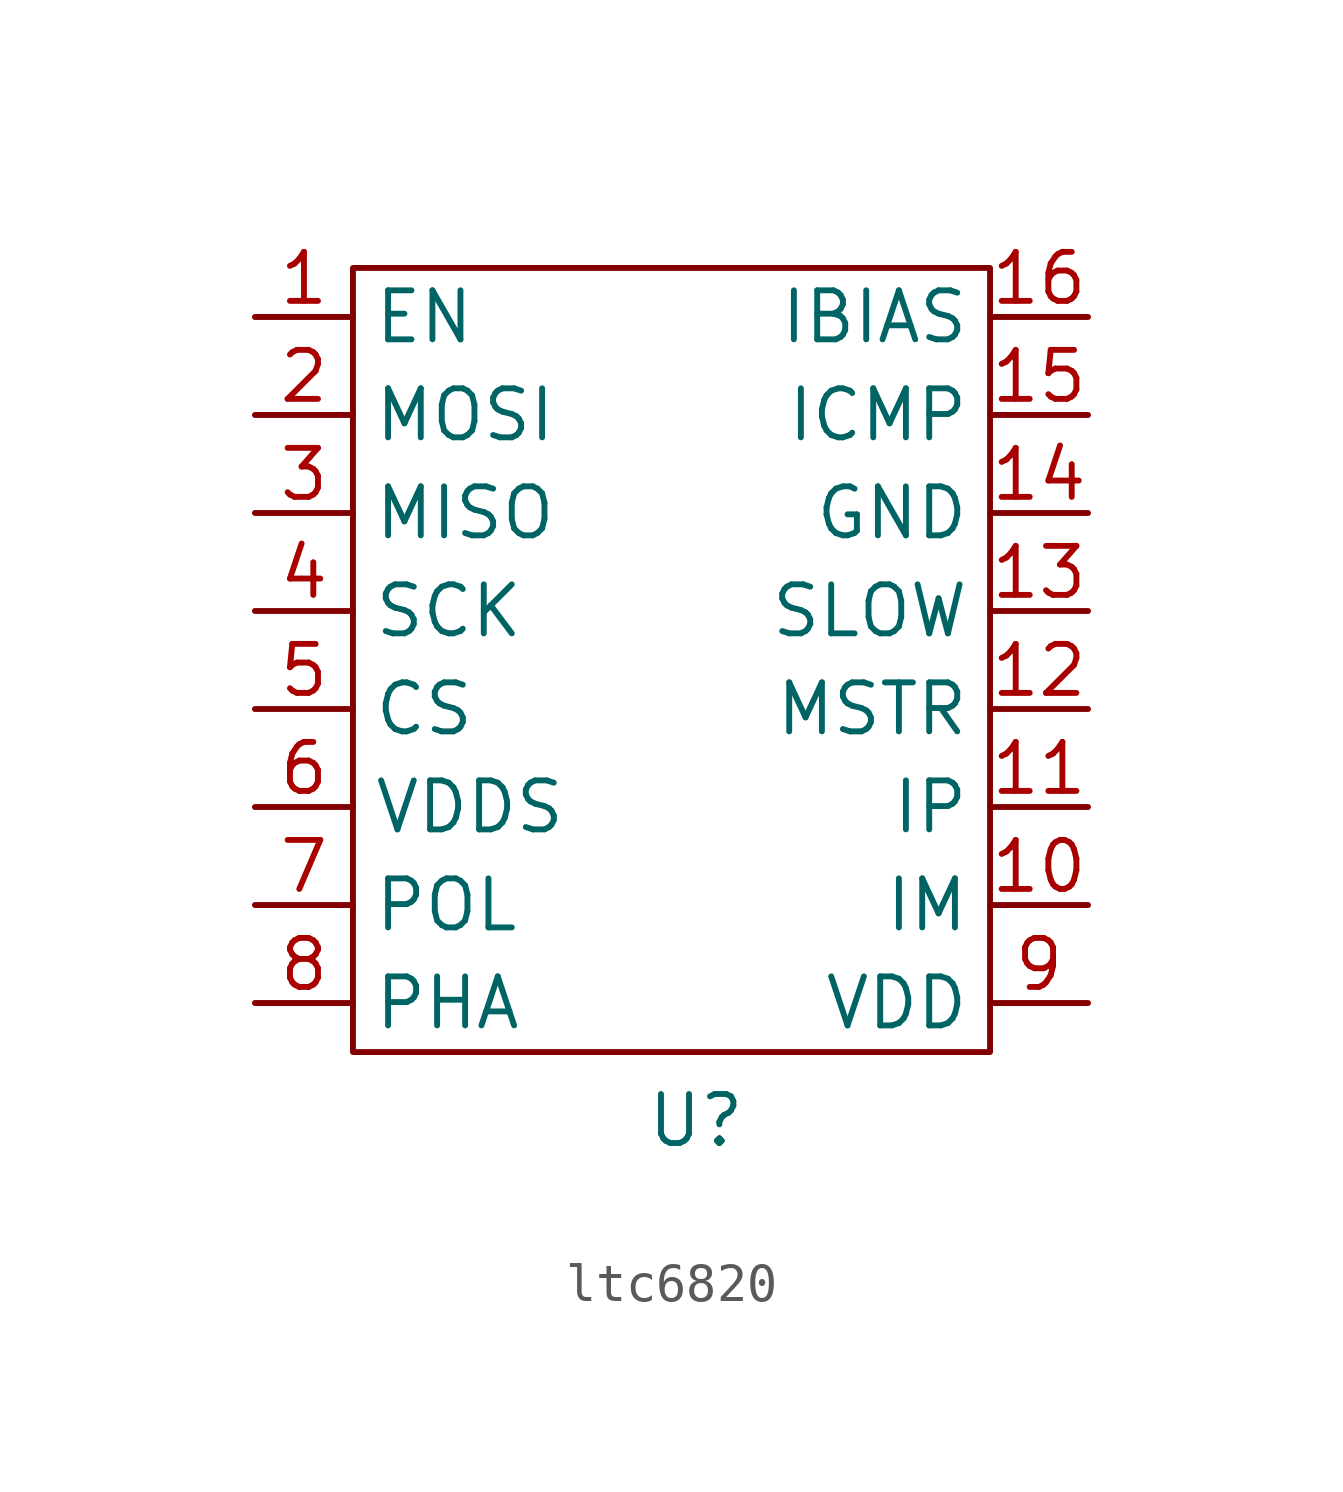
<source format=kicad_sym>
(kicad_symbol_lib
  (version 20241209)
  (generator "kicad_symbol_editor")
  (generator_version "9.0")
  (symbol "ltc6820"
    (property "Reference" "U"
      (at 0 -1.778 0)
      (effects (font (size 1.27 1.27))))
    (property "Value" ""
      (at 0 0 0)
      (effects (font (size 1.27 1.27))))
    (symbol "ltc6820_0_1"
      (rectangle (start -8.89 20.32) (end 7.62 0) (stroke (width 0) (type default)) (fill (type none))))
    (symbol "ltc6820_1_1"
      (pin passive line (at -11.43 19.05 0) (length 2.54) (name "EN" (effects (font (size 1.27 1.27)))) (number "1" (effects (font (size 1.27 1.27)))))
      (pin passive line (at -11.43 16.51 0) (length 2.54) (name "MOSI" (effects (font (size 1.27 1.27)))) (number "2" (effects (font (size 1.27 1.27)))))
      (pin passive line (at -11.43 13.97 0) (length 2.54) (name "MISO" (effects (font (size 1.27 1.27)))) (number "3" (effects (font (size 1.27 1.27)))))
      (pin passive line (at -11.43 11.43 0) (length 2.54) (name "SCK" (effects (font (size 1.27 1.27)))) (number "4" (effects (font (size 1.27 1.27)))))
      (pin passive line (at -11.43 8.89 0) (length 2.54) (name "CS" (effects (font (size 1.27 1.27)))) (number "5" (effects (font (size 1.27 1.27)))))
      (pin passive line (at -11.43 6.35 0) (length 2.54) (name "VDDS" (effects (font (size 1.27 1.27)))) (number "6" (effects (font (size 1.27 1.27)))))
      (pin passive line (at -11.43 3.81 0) (length 2.54) (name "POL" (effects (font (size 1.27 1.27)))) (number "7" (effects (font (size 1.27 1.27)))))
      (pin passive line (at -11.43 1.27 0) (length 2.54) (name "PHA" (effects (font (size 1.27 1.27)))) (number "8" (effects (font (size 1.27 1.27)))))
      (pin passive line (at 10.16 19.05 180) (length 2.54) (name "IBIAS" (effects (font (size 1.27 1.27)))) (number "16" (effects (font (size 1.27 1.27)))))
      (pin passive line (at 10.16 16.51 180) (length 2.54) (name "ICMP" (effects (font (size 1.27 1.27)))) (number "15" (effects (font (size 1.27 1.27)))))
      (pin passive line (at 10.16 13.97 180) (length 2.54) (name "GND" (effects (font (size 1.27 1.27)))) (number "14" (effects (font (size 1.27 1.27)))))
      (pin passive line (at 10.16 11.43 180) (length 2.54) (name "SLOW" (effects (font (size 1.27 1.27)))) (number "13" (effects (font (size 1.27 1.27)))))
      (pin passive line (at 10.16 8.89 180) (length 2.54) (name "MSTR" (effects (font (size 1.27 1.27)))) (number "12" (effects (font (size 1.27 1.27)))))
      (pin passive line (at 10.16 6.35 180) (length 2.54) (name "IP" (effects (font (size 1.27 1.27)))) (number "11" (effects (font (size 1.27 1.27)))))
      (pin passive line (at 10.16 3.81 180) (length 2.54) (name "IM" (effects (font (size 1.27 1.27)))) (number "10" (effects (font (size 1.27 1.27)))))
      (pin passive line (at 10.16 1.27 180) (length 2.54) (name "VDD" (effects (font (size 1.27 1.27)))) (number "9" (effects (font (size 1.27 1.27))))))))
</source>
